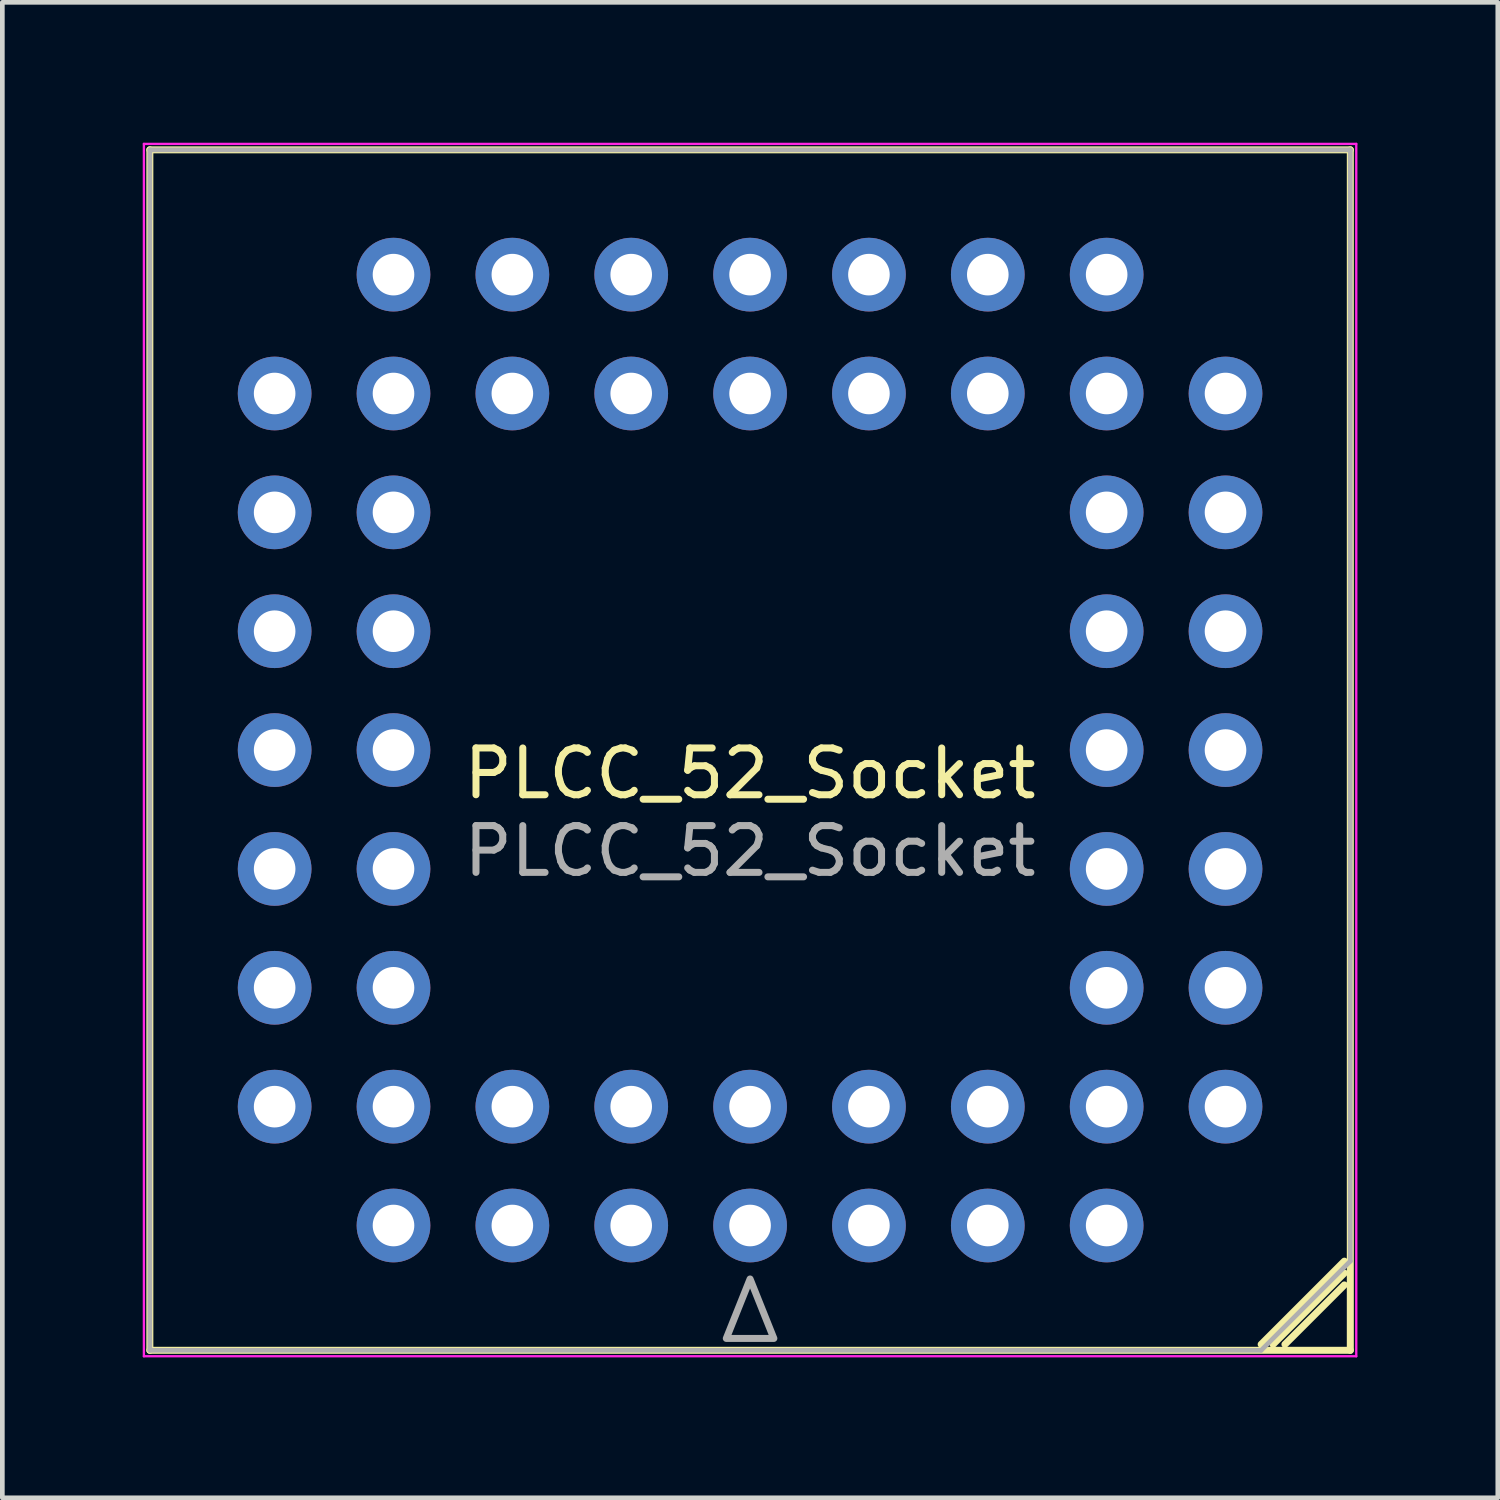
<source format=kicad_pcb>
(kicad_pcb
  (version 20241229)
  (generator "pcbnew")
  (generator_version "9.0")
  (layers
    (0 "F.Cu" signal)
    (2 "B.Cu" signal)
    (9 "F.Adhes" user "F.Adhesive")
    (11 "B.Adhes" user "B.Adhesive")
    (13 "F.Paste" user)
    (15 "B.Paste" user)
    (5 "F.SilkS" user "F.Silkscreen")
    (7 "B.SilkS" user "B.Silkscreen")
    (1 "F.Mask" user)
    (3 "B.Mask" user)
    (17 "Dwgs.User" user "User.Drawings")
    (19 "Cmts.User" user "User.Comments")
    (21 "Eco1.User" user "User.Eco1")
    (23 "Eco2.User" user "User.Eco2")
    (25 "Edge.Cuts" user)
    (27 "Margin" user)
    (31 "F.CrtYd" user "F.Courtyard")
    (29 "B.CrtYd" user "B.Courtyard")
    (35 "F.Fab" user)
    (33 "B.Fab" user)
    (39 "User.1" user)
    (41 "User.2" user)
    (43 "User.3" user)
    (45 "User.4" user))
  (footprint "PLCC_52_Socket"
    (layer "F.Cu")
    (at 12.979 12.979)
    (property "Reference" "PLCC_52_Socket" (at 0 0.5 0) (layer "F.SilkS") (effects (font (size 1 1) (thickness 0.15))))
    (attr through_hole)
    (fp_line (start -12.827 -12.827) (end 12.827 -12.827) (stroke (width 0.15) (type solid)) (layer "F.SilkS"))
    (fp_line (start -12.827 12.827) (end -12.827 -12.827) (stroke (width 0.15) (type solid)) (layer "F.SilkS"))
    (fp_line (start 11.176 12.7) (end 12.7 11.176) (stroke (width 0.15) (type solid)) (layer "F.SilkS"))
    (fp_line (start 12.7 10.922) (end 10.922 12.7) (stroke (width 0.15) (type solid)) (layer "F.SilkS"))
    (fp_line (start 12.7 11.43) (end 11.43 12.7) (stroke (width 0.15) (type solid)) (layer "F.SilkS"))
    (fp_line (start 12.827 -12.827) (end 12.827 12.827) (stroke (width 0.15) (type solid)) (layer "F.SilkS"))
    (fp_line (start 12.827 12.827) (end -12.827 12.827) (stroke (width 0.15) (type solid)) (layer "F.SilkS"))
    (fp_line (start -12.954 -12.954) (end 12.954 -12.954) (stroke (width 0.05) (type solid)) (layer "F.CrtYd"))
    (fp_line (start -12.954 12.954) (end -12.954 -12.954) (stroke (width 0.05) (type solid)) (layer "F.CrtYd"))
    (fp_line (start 12.954 -12.954) (end 12.954 12.954) (stroke (width 0.05) (type solid)) (layer "F.CrtYd"))
    (fp_line (start 12.954 12.954) (end -12.954 12.954) (stroke (width 0.05) (type solid)) (layer "F.CrtYd"))
    (fp_line (start -12.827 -12.827) (end 12.827 -12.827) (stroke (width 0.1) (type solid)) (layer "F.Fab"))
    (fp_line (start -12.827 12.827) (end -12.827 -12.827) (stroke (width 0.1) (type solid)) (layer "F.Fab"))
    (fp_line (start 10.922 12.827) (end -12.827 12.827) (stroke (width 0.1) (type solid)) (layer "F.Fab"))
    (fp_line (start 12.827 -12.827) (end 12.827 10.922) (stroke (width 0.1) (type solid)) (layer "F.Fab"))
    (fp_line (start 12.827 10.922) (end 10.922 12.827) (stroke (width 0.1) (type solid)) (layer "F.Fab"))
    (fp_poly (pts (xy 0 11.303) (xy -0.508 12.573) (xy 0.508 12.573)) (stroke (width 0.15) (type solid)) (fill no) (layer "F.Fab"))
    (fp_text user "${REFERENCE}" (at 0 2.159 0) (layer "F.Fab") (effects (font (size 1 1) (thickness 0.15))))
    (pad "1" thru_hole circle (at 0 10.16) (size 1.575 1.575) (drill 0.889) (layers "*.Cu" "*.Mask"))
    (pad "2" thru_hole circle (at 0 7.62) (size 1.575 1.575) (drill 0.889) (layers "*.Cu" "*.Mask"))
    (pad "3" thru_hole circle (at 2.54 10.16) (size 1.575 1.575) (drill 0.889) (layers "*.Cu" "*.Mask"))
    (pad "4" thru_hole circle (at 2.54 7.62) (size 1.575 1.575) (drill 0.889) (layers "*.Cu" "*.Mask"))
    (pad "5" thru_hole circle (at 5.08 10.16) (size 1.575 1.575) (drill 0.889) (layers "*.Cu" "*.Mask"))
    (pad "6" thru_hole circle (at 5.08 7.62) (size 1.575 1.575) (drill 0.889) (layers "*.Cu" "*.Mask"))
    (pad "7" thru_hole circle (at 7.62 10.16) (size 1.575 1.575) (drill 0.889) (layers "*.Cu" "*.Mask"))
    (pad "8" thru_hole circle (at 10.16 7.62) (size 1.575 1.575) (drill 0.889) (layers "*.Cu" "*.Mask"))
    (pad "9" thru_hole circle (at 7.62 7.62) (size 1.575 1.575) (drill 0.889) (layers "*.Cu" "*.Mask"))
    (pad "10" thru_hole circle (at 10.16 5.08) (size 1.575 1.575) (drill 0.889) (layers "*.Cu" "*.Mask"))
    (pad "11" thru_hole circle (at 7.62 5.08) (size 1.575 1.575) (drill 0.889) (layers "*.Cu" "*.Mask"))
    (pad "12" thru_hole circle (at 10.16 2.54) (size 1.575 1.575) (drill 0.889) (layers "*.Cu" "*.Mask"))
    (pad "13" thru_hole circle (at 7.62 2.54) (size 1.575 1.575) (drill 0.889) (layers "*.Cu" "*.Mask"))
    (pad "14" thru_hole circle (at 10.16 0) (size 1.575 1.575) (drill 0.889) (layers "*.Cu" "*.Mask"))
    (pad "15" thru_hole circle (at 7.62 0) (size 1.575 1.575) (drill 0.889) (layers "*.Cu" "*.Mask"))
    (pad "16" thru_hole circle (at 10.16 -2.54) (size 1.575 1.575) (drill 0.889) (layers "*.Cu" "*.Mask"))
    (pad "17" thru_hole circle (at 7.62 -2.54) (size 1.575 1.575) (drill 0.889) (layers "*.Cu" "*.Mask"))
    (pad "18" thru_hole circle (at 10.16 -5.08) (size 1.575 1.575) (drill 0.889) (layers "*.Cu" "*.Mask"))
    (pad "19" thru_hole circle (at 7.62 -5.08) (size 1.575 1.575) (drill 0.889) (layers "*.Cu" "*.Mask"))
    (pad "20" thru_hole circle (at 10.16 -7.62) (size 1.575 1.575) (drill 0.889) (layers "*.Cu" "*.Mask"))
    (pad "21" thru_hole circle (at 7.62 -10.16) (size 1.575 1.575) (drill 0.889) (layers "*.Cu" "*.Mask"))
    (pad "22" thru_hole circle (at 7.62 -7.62) (size 1.575 1.575) (drill 0.889) (layers "*.Cu" "*.Mask"))
    (pad "23" thru_hole circle (at 5.08 -10.16) (size 1.575 1.575) (drill 0.889) (layers "*.Cu" "*.Mask"))
    (pad "24" thru_hole circle (at 5.08 -7.62) (size 1.575 1.575) (drill 0.889) (layers "*.Cu" "*.Mask"))
    (pad "25" thru_hole circle (at 2.54 -10.16) (size 1.575 1.575) (drill 0.889) (layers "*.Cu" "*.Mask"))
    (pad "26" thru_hole circle (at 2.54 -7.62) (size 1.575 1.575) (drill 0.889) (layers "*.Cu" "*.Mask"))
    (pad "27" thru_hole circle (at 0 -10.16) (size 1.575 1.575) (drill 0.889) (layers "*.Cu" "*.Mask"))
    (pad "28" thru_hole circle (at 0 -7.62) (size 1.575 1.575) (drill 0.889) (layers "*.Cu" "*.Mask"))
    (pad "29" thru_hole circle (at -2.54 -10.16) (size 1.575 1.575) (drill 0.889) (layers "*.Cu" "*.Mask"))
    (pad "30" thru_hole circle (at -2.54 -7.62) (size 1.575 1.575) (drill 0.889) (layers "*.Cu" "*.Mask"))
    (pad "31" thru_hole circle (at -5.08 -10.16) (size 1.575 1.575) (drill 0.889) (layers "*.Cu" "*.Mask"))
    (pad "32" thru_hole circle (at -5.08 -7.62) (size 1.575 1.575) (drill 0.889) (layers "*.Cu" "*.Mask"))
    (pad "33" thru_hole circle (at -7.62 -10.16) (size 1.575 1.575) (drill 0.889) (layers "*.Cu" "*.Mask"))
    (pad "34" thru_hole circle (at -10.16 -7.62) (size 1.575 1.575) (drill 0.889) (layers "*.Cu" "*.Mask"))
    (pad "35" thru_hole circle (at -7.62 -7.62) (size 1.575 1.575) (drill 0.889) (layers "*.Cu" "*.Mask"))
    (pad "36" thru_hole circle (at -10.16 -5.08) (size 1.575 1.575) (drill 0.889) (layers "*.Cu" "*.Mask"))
    (pad "37" thru_hole circle (at -7.62 -5.08) (size 1.575 1.575) (drill 0.889) (layers "*.Cu" "*.Mask"))
    (pad "38" thru_hole circle (at -10.16 -2.54) (size 1.575 1.575) (drill 0.889) (layers "*.Cu" "*.Mask"))
    (pad "39" thru_hole circle (at -7.62 -2.54) (size 1.575 1.575) (drill 0.889) (layers "*.Cu" "*.Mask"))
    (pad "40" thru_hole circle (at -10.16 0) (size 1.575 1.575) (drill 0.889) (layers "*.Cu" "*.Mask"))
    (pad "41" thru_hole circle (at -7.62 0) (size 1.575 1.575) (drill 0.889) (layers "*.Cu" "*.Mask"))
    (pad "42" thru_hole circle (at -10.16 2.54) (size 1.575 1.575) (drill 0.889) (layers "*.Cu" "*.Mask"))
    (pad "43" thru_hole circle (at -7.62 2.54) (size 1.575 1.575) (drill 0.889) (layers "*.Cu" "*.Mask"))
    (pad "44" thru_hole circle (at -10.16 5.08) (size 1.575 1.575) (drill 0.889) (layers "*.Cu" "*.Mask"))
    (pad "45" thru_hole circle (at -7.62 5.08) (size 1.575 1.575) (drill 0.889) (layers "*.Cu" "*.Mask"))
    (pad "46" thru_hole circle (at -10.16 7.62) (size 1.575 1.575) (drill 0.889) (layers "*.Cu" "*.Mask"))
    (pad "47" thru_hole circle (at -7.62 10.16) (size 1.575 1.575) (drill 0.889) (layers "*.Cu" "*.Mask"))
    (pad "48" thru_hole circle (at -7.62 7.62) (size 1.575 1.575) (drill 0.889) (layers "*.Cu" "*.Mask"))
    (pad "49" thru_hole circle (at -5.08 10.16) (size 1.575 1.575) (drill 0.889) (layers "*.Cu" "*.Mask"))
    (pad "50" thru_hole circle (at -5.08 7.62) (size 1.575 1.575) (drill 0.889) (layers "*.Cu" "*.Mask"))
    (pad "51" thru_hole circle (at -2.54 10.16) (size 1.575 1.575) (drill 0.889) (layers "*.Cu" "*.Mask"))
    (pad "52" thru_hole circle (at -2.54 7.62) (size 1.575 1.575) (drill 0.889) (layers "*.Cu" "*.Mask")))
  (gr_rect
    (start -3 -3)
    (end 28.958 28.958)
    (stroke (width 0.1) (type default))
    (fill no)
    (layer "Edge.Cuts")))
</source>
